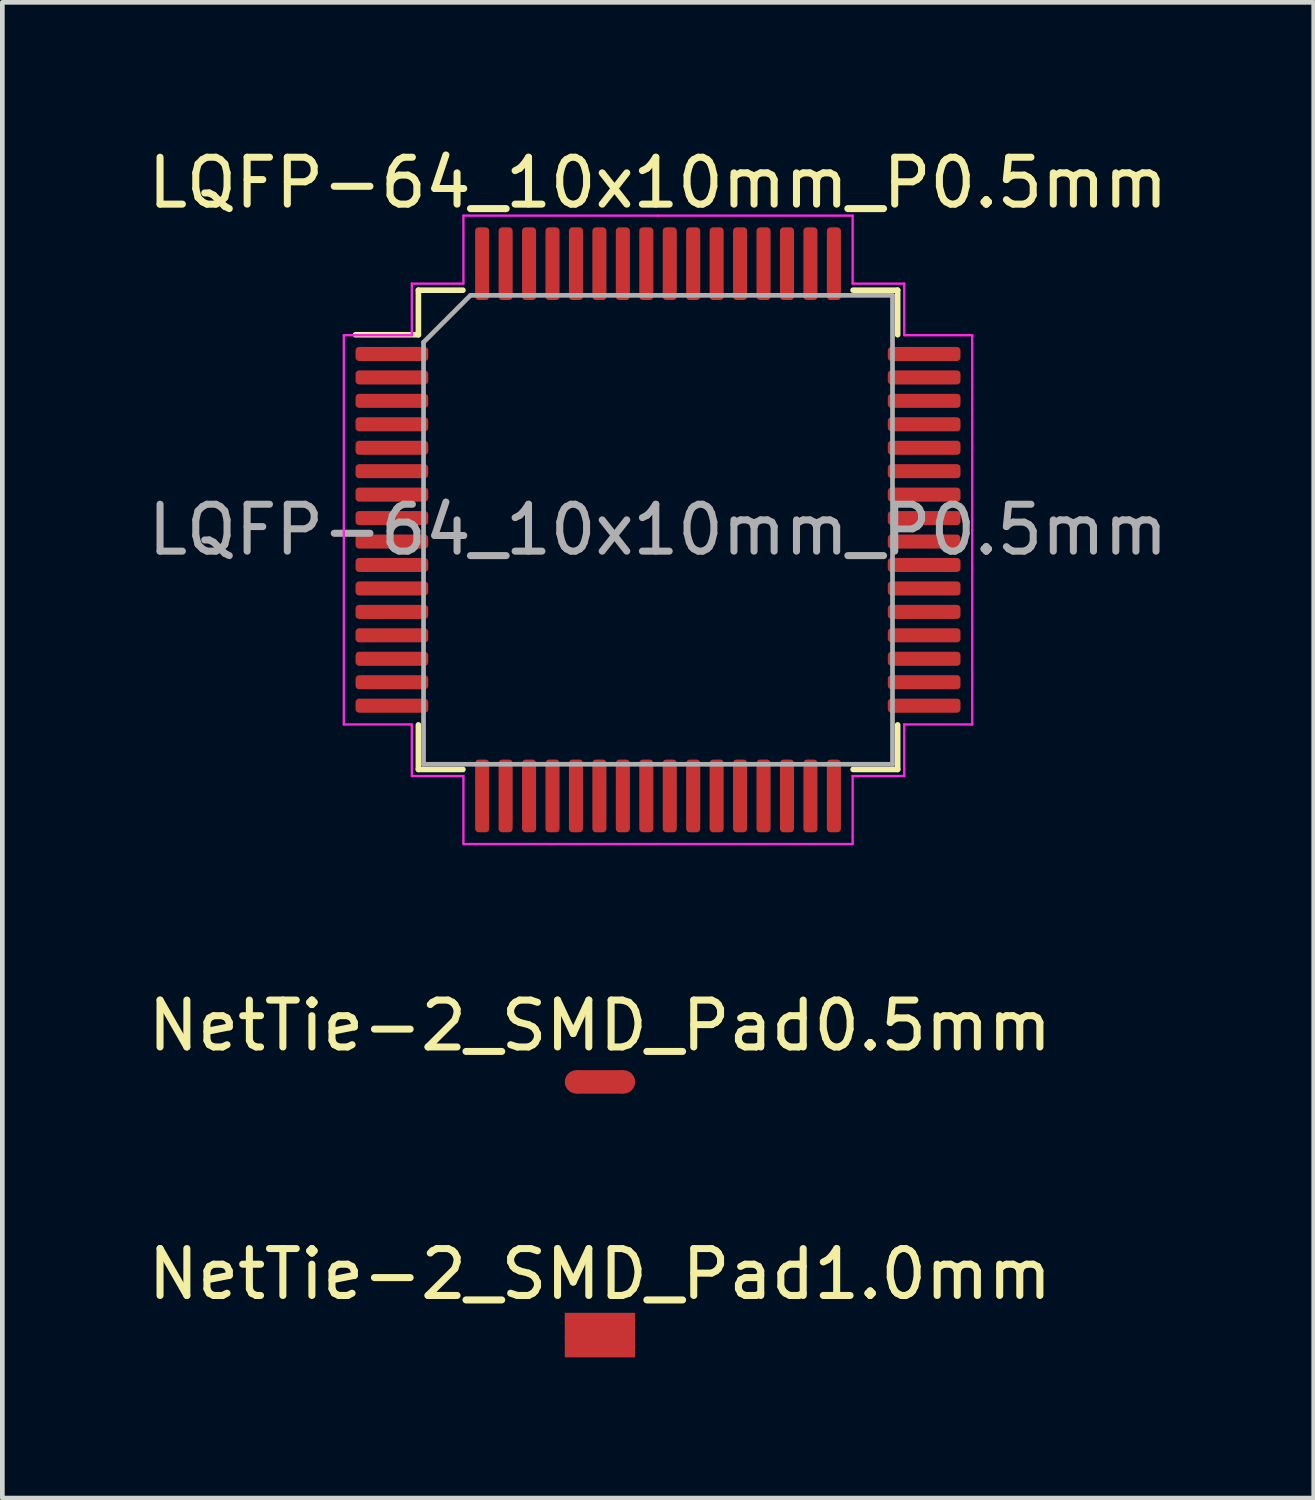
<source format=kicad_pcb>
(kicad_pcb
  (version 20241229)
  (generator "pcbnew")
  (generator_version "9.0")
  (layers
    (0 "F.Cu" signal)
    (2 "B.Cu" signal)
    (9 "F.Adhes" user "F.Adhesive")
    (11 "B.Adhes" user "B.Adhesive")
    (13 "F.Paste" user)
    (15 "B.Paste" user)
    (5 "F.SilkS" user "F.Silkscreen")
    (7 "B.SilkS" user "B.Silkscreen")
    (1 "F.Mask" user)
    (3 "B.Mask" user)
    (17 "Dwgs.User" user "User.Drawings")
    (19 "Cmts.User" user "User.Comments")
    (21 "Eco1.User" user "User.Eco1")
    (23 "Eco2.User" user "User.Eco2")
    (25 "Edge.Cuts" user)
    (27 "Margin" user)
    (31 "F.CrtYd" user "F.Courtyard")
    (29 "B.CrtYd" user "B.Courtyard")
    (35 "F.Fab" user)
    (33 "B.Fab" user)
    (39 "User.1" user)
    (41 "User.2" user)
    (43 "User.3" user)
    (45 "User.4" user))
  (footprint "LQFP-64_10x10mm_P0.5mm"
    (layer "F.Cu")
    (at 10.982 8.248)
    (property "Reference" "LQFP-64_10x10mm_P0.5mm" (at 0 -7.4 0) (layer "F.SilkS") (effects (font (size 1 1) (thickness 0.15))))
    (attr smd)
    (fp_line (start -5.11 -5.11) (end -5.11 -4.16) (stroke (width 0.12) (type solid)) (layer "F.SilkS"))
    (fp_line (start -5.11 -4.16) (end -6.45 -4.16) (stroke (width 0.12) (type solid)) (layer "F.SilkS"))
    (fp_line (start -5.11 5.11) (end -5.11 4.16) (stroke (width 0.12) (type solid)) (layer "F.SilkS"))
    (fp_line (start -4.16 -5.11) (end -5.11 -5.11) (stroke (width 0.12) (type solid)) (layer "F.SilkS"))
    (fp_line (start -4.16 5.11) (end -5.11 5.11) (stroke (width 0.12) (type solid)) (layer "F.SilkS"))
    (fp_line (start 4.16 -5.11) (end 5.11 -5.11) (stroke (width 0.12) (type solid)) (layer "F.SilkS"))
    (fp_line (start 4.16 5.11) (end 5.11 5.11) (stroke (width 0.12) (type solid)) (layer "F.SilkS"))
    (fp_line (start 5.11 -5.11) (end 5.11 -4.16) (stroke (width 0.12) (type solid)) (layer "F.SilkS"))
    (fp_line (start 5.11 5.11) (end 5.11 4.16) (stroke (width 0.12) (type solid)) (layer "F.SilkS"))
    (fp_line (start -6.7 -4.15) (end -6.7 0) (stroke (width 0.05) (type solid)) (layer "F.CrtYd"))
    (fp_line (start -6.7 4.15) (end -6.7 0) (stroke (width 0.05) (type solid)) (layer "F.CrtYd"))
    (fp_line (start -5.25 -5.25) (end -5.25 -4.15) (stroke (width 0.05) (type solid)) (layer "F.CrtYd"))
    (fp_line (start -5.25 -4.15) (end -6.7 -4.15) (stroke (width 0.05) (type solid)) (layer "F.CrtYd"))
    (fp_line (start -5.25 4.15) (end -6.7 4.15) (stroke (width 0.05) (type solid)) (layer "F.CrtYd"))
    (fp_line (start -5.25 5.25) (end -5.25 4.15) (stroke (width 0.05) (type solid)) (layer "F.CrtYd"))
    (fp_line (start -4.15 -6.7) (end -4.15 -5.25) (stroke (width 0.05) (type solid)) (layer "F.CrtYd"))
    (fp_line (start -4.15 -5.25) (end -5.25 -5.25) (stroke (width 0.05) (type solid)) (layer "F.CrtYd"))
    (fp_line (start -4.15 5.25) (end -5.25 5.25) (stroke (width 0.05) (type solid)) (layer "F.CrtYd"))
    (fp_line (start -4.15 6.7) (end -4.15 5.25) (stroke (width 0.05) (type solid)) (layer "F.CrtYd"))
    (fp_line (start 0 -6.7) (end -4.15 -6.7) (stroke (width 0.05) (type solid)) (layer "F.CrtYd"))
    (fp_line (start 0 -6.7) (end 4.15 -6.7) (stroke (width 0.05) (type solid)) (layer "F.CrtYd"))
    (fp_line (start 0 6.7) (end -4.15 6.7) (stroke (width 0.05) (type solid)) (layer "F.CrtYd"))
    (fp_line (start 0 6.7) (end 4.15 6.7) (stroke (width 0.05) (type solid)) (layer "F.CrtYd"))
    (fp_line (start 4.15 -6.7) (end 4.15 -5.25) (stroke (width 0.05) (type solid)) (layer "F.CrtYd"))
    (fp_line (start 4.15 -5.25) (end 5.25 -5.25) (stroke (width 0.05) (type solid)) (layer "F.CrtYd"))
    (fp_line (start 4.15 5.25) (end 5.25 5.25) (stroke (width 0.05) (type solid)) (layer "F.CrtYd"))
    (fp_line (start 4.15 6.7) (end 4.15 5.25) (stroke (width 0.05) (type solid)) (layer "F.CrtYd"))
    (fp_line (start 5.25 -5.25) (end 5.25 -4.15) (stroke (width 0.05) (type solid)) (layer "F.CrtYd"))
    (fp_line (start 5.25 -4.15) (end 6.7 -4.15) (stroke (width 0.05) (type solid)) (layer "F.CrtYd"))
    (fp_line (start 5.25 4.15) (end 6.7 4.15) (stroke (width 0.05) (type solid)) (layer "F.CrtYd"))
    (fp_line (start 5.25 5.25) (end 5.25 4.15) (stroke (width 0.05) (type solid)) (layer "F.CrtYd"))
    (fp_line (start 6.7 -4.15) (end 6.7 0) (stroke (width 0.05) (type solid)) (layer "F.CrtYd"))
    (fp_line (start 6.7 4.15) (end 6.7 0) (stroke (width 0.05) (type solid)) (layer "F.CrtYd"))
    (fp_line (start -5 -4) (end -4 -5) (stroke (width 0.1) (type solid)) (layer "F.Fab"))
    (fp_line (start -5 5) (end -5 -4) (stroke (width 0.1) (type solid)) (layer "F.Fab"))
    (fp_line (start -4 -5) (end 5 -5) (stroke (width 0.1) (type solid)) (layer "F.Fab"))
    (fp_line (start 5 -5) (end 5 5) (stroke (width 0.1) (type solid)) (layer "F.Fab"))
    (fp_line (start 5 5) (end -5 5) (stroke (width 0.1) (type solid)) (layer "F.Fab"))
    (fp_text user "${REFERENCE}" (at 0 0 0) (layer "F.Fab") (effects (font (size 1 1) (thickness 0.15))))
    (pad "1" smd roundrect (at -5.675 -3.75) (size 1.55 0.3) (layers "F.Cu" "F.Mask" "F.Paste") (roundrect_rratio 0.25))
    (pad "2" smd roundrect (at -5.675 -3.25) (size 1.55 0.3) (layers "F.Cu" "F.Mask" "F.Paste") (roundrect_rratio 0.25))
    (pad "3" smd roundrect (at -5.675 -2.75) (size 1.55 0.3) (layers "F.Cu" "F.Mask" "F.Paste") (roundrect_rratio 0.25))
    (pad "4" smd roundrect (at -5.675 -2.25) (size 1.55 0.3) (layers "F.Cu" "F.Mask" "F.Paste") (roundrect_rratio 0.25))
    (pad "5" smd roundrect (at -5.675 -1.75) (size 1.55 0.3) (layers "F.Cu" "F.Mask" "F.Paste") (roundrect_rratio 0.25))
    (pad "6" smd roundrect (at -5.675 -1.25) (size 1.55 0.3) (layers "F.Cu" "F.Mask" "F.Paste") (roundrect_rratio 0.25))
    (pad "7" smd roundrect (at -5.675 -0.75) (size 1.55 0.3) (layers "F.Cu" "F.Mask" "F.Paste") (roundrect_rratio 0.25))
    (pad "8" smd roundrect (at -5.675 -0.25) (size 1.55 0.3) (layers "F.Cu" "F.Mask" "F.Paste") (roundrect_rratio 0.25))
    (pad "9" smd roundrect (at -5.675 0.25) (size 1.55 0.3) (layers "F.Cu" "F.Mask" "F.Paste") (roundrect_rratio 0.25))
    (pad "10" smd roundrect (at -5.675 0.75) (size 1.55 0.3) (layers "F.Cu" "F.Mask" "F.Paste") (roundrect_rratio 0.25))
    (pad "11" smd roundrect (at -5.675 1.25) (size 1.55 0.3) (layers "F.Cu" "F.Mask" "F.Paste") (roundrect_rratio 0.25))
    (pad "12" smd roundrect (at -5.675 1.75) (size 1.55 0.3) (layers "F.Cu" "F.Mask" "F.Paste") (roundrect_rratio 0.25))
    (pad "13" smd roundrect (at -5.675 2.25) (size 1.55 0.3) (layers "F.Cu" "F.Mask" "F.Paste") (roundrect_rratio 0.25))
    (pad "14" smd roundrect (at -5.675 2.75) (size 1.55 0.3) (layers "F.Cu" "F.Mask" "F.Paste") (roundrect_rratio 0.25))
    (pad "15" smd roundrect (at -5.675 3.25) (size 1.55 0.3) (layers "F.Cu" "F.Mask" "F.Paste") (roundrect_rratio 0.25))
    (pad "16" smd roundrect (at -5.675 3.75) (size 1.55 0.3) (layers "F.Cu" "F.Mask" "F.Paste") (roundrect_rratio 0.25))
    (pad "17" smd roundrect (at -3.75 5.675) (size 0.3 1.55) (layers "F.Cu" "F.Mask" "F.Paste") (roundrect_rratio 0.25))
    (pad "18" smd roundrect (at -3.25 5.675) (size 0.3 1.55) (layers "F.Cu" "F.Mask" "F.Paste") (roundrect_rratio 0.25))
    (pad "19" smd roundrect (at -2.75 5.675) (size 0.3 1.55) (layers "F.Cu" "F.Mask" "F.Paste") (roundrect_rratio 0.25))
    (pad "20" smd roundrect (at -2.25 5.675) (size 0.3 1.55) (layers "F.Cu" "F.Mask" "F.Paste") (roundrect_rratio 0.25))
    (pad "21" smd roundrect (at -1.75 5.675) (size 0.3 1.55) (layers "F.Cu" "F.Mask" "F.Paste") (roundrect_rratio 0.25))
    (pad "22" smd roundrect (at -1.25 5.675) (size 0.3 1.55) (layers "F.Cu" "F.Mask" "F.Paste") (roundrect_rratio 0.25))
    (pad "23" smd roundrect (at -0.75 5.675) (size 0.3 1.55) (layers "F.Cu" "F.Mask" "F.Paste") (roundrect_rratio 0.25))
    (pad "24" smd roundrect (at -0.25 5.675) (size 0.3 1.55) (layers "F.Cu" "F.Mask" "F.Paste") (roundrect_rratio 0.25))
    (pad "25" smd roundrect (at 0.25 5.675) (size 0.3 1.55) (layers "F.Cu" "F.Mask" "F.Paste") (roundrect_rratio 0.25))
    (pad "26" smd roundrect (at 0.75 5.675) (size 0.3 1.55) (layers "F.Cu" "F.Mask" "F.Paste") (roundrect_rratio 0.25))
    (pad "27" smd roundrect (at 1.25 5.675) (size 0.3 1.55) (layers "F.Cu" "F.Mask" "F.Paste") (roundrect_rratio 0.25))
    (pad "28" smd roundrect (at 1.75 5.675) (size 0.3 1.55) (layers "F.Cu" "F.Mask" "F.Paste") (roundrect_rratio 0.25))
    (pad "29" smd roundrect (at 2.25 5.675) (size 0.3 1.55) (layers "F.Cu" "F.Mask" "F.Paste") (roundrect_rratio 0.25))
    (pad "30" smd roundrect (at 2.75 5.675) (size 0.3 1.55) (layers "F.Cu" "F.Mask" "F.Paste") (roundrect_rratio 0.25))
    (pad "31" smd roundrect (at 3.25 5.675) (size 0.3 1.55) (layers "F.Cu" "F.Mask" "F.Paste") (roundrect_rratio 0.25))
    (pad "32" smd roundrect (at 3.75 5.675) (size 0.3 1.55) (layers "F.Cu" "F.Mask" "F.Paste") (roundrect_rratio 0.25))
    (pad "33" smd roundrect (at 5.675 3.75) (size 1.55 0.3) (layers "F.Cu" "F.Mask" "F.Paste") (roundrect_rratio 0.25))
    (pad "34" smd roundrect (at 5.675 3.25) (size 1.55 0.3) (layers "F.Cu" "F.Mask" "F.Paste") (roundrect_rratio 0.25))
    (pad "35" smd roundrect (at 5.675 2.75) (size 1.55 0.3) (layers "F.Cu" "F.Mask" "F.Paste") (roundrect_rratio 0.25))
    (pad "36" smd roundrect (at 5.675 2.25) (size 1.55 0.3) (layers "F.Cu" "F.Mask" "F.Paste") (roundrect_rratio 0.25))
    (pad "37" smd roundrect (at 5.675 1.75) (size 1.55 0.3) (layers "F.Cu" "F.Mask" "F.Paste") (roundrect_rratio 0.25))
    (pad "38" smd roundrect (at 5.675 1.25) (size 1.55 0.3) (layers "F.Cu" "F.Mask" "F.Paste") (roundrect_rratio 0.25))
    (pad "39" smd roundrect (at 5.675 0.75) (size 1.55 0.3) (layers "F.Cu" "F.Mask" "F.Paste") (roundrect_rratio 0.25))
    (pad "40" smd roundrect (at 5.675 0.25) (size 1.55 0.3) (layers "F.Cu" "F.Mask" "F.Paste") (roundrect_rratio 0.25))
    (pad "41" smd roundrect (at 5.675 -0.25) (size 1.55 0.3) (layers "F.Cu" "F.Mask" "F.Paste") (roundrect_rratio 0.25))
    (pad "42" smd roundrect (at 5.675 -0.75) (size 1.55 0.3) (layers "F.Cu" "F.Mask" "F.Paste") (roundrect_rratio 0.25))
    (pad "43" smd roundrect (at 5.675 -1.25) (size 1.55 0.3) (layers "F.Cu" "F.Mask" "F.Paste") (roundrect_rratio 0.25))
    (pad "44" smd roundrect (at 5.675 -1.75) (size 1.55 0.3) (layers "F.Cu" "F.Mask" "F.Paste") (roundrect_rratio 0.25))
    (pad "45" smd roundrect (at 5.675 -2.25) (size 1.55 0.3) (layers "F.Cu" "F.Mask" "F.Paste") (roundrect_rratio 0.25))
    (pad "46" smd roundrect (at 5.675 -2.75) (size 1.55 0.3) (layers "F.Cu" "F.Mask" "F.Paste") (roundrect_rratio 0.25))
    (pad "47" smd roundrect (at 5.675 -3.25) (size 1.55 0.3) (layers "F.Cu" "F.Mask" "F.Paste") (roundrect_rratio 0.25))
    (pad "48" smd roundrect (at 5.675 -3.75) (size 1.55 0.3) (layers "F.Cu" "F.Mask" "F.Paste") (roundrect_rratio 0.25))
    (pad "49" smd roundrect (at 3.75 -5.675) (size 0.3 1.55) (layers "F.Cu" "F.Mask" "F.Paste") (roundrect_rratio 0.25))
    (pad "50" smd roundrect (at 3.25 -5.675) (size 0.3 1.55) (layers "F.Cu" "F.Mask" "F.Paste") (roundrect_rratio 0.25))
    (pad "51" smd roundrect (at 2.75 -5.675) (size 0.3 1.55) (layers "F.Cu" "F.Mask" "F.Paste") (roundrect_rratio 0.25))
    (pad "52" smd roundrect (at 2.25 -5.675) (size 0.3 1.55) (layers "F.Cu" "F.Mask" "F.Paste") (roundrect_rratio 0.25))
    (pad "53" smd roundrect (at 1.75 -5.675) (size 0.3 1.55) (layers "F.Cu" "F.Mask" "F.Paste") (roundrect_rratio 0.25))
    (pad "54" smd roundrect (at 1.25 -5.675) (size 0.3 1.55) (layers "F.Cu" "F.Mask" "F.Paste") (roundrect_rratio 0.25))
    (pad "55" smd roundrect (at 0.75 -5.675) (size 0.3 1.55) (layers "F.Cu" "F.Mask" "F.Paste") (roundrect_rratio 0.25))
    (pad "56" smd roundrect (at 0.25 -5.675) (size 0.3 1.55) (layers "F.Cu" "F.Mask" "F.Paste") (roundrect_rratio 0.25))
    (pad "57" smd roundrect (at -0.25 -5.675) (size 0.3 1.55) (layers "F.Cu" "F.Mask" "F.Paste") (roundrect_rratio 0.25))
    (pad "58" smd roundrect (at -0.75 -5.675) (size 0.3 1.55) (layers "F.Cu" "F.Mask" "F.Paste") (roundrect_rratio 0.25))
    (pad "59" smd roundrect (at -1.25 -5.675) (size 0.3 1.55) (layers "F.Cu" "F.Mask" "F.Paste") (roundrect_rratio 0.25))
    (pad "60" smd roundrect (at -1.75 -5.675) (size 0.3 1.55) (layers "F.Cu" "F.Mask" "F.Paste") (roundrect_rratio 0.25))
    (pad "61" smd roundrect (at -2.25 -5.675) (size 0.3 1.55) (layers "F.Cu" "F.Mask" "F.Paste") (roundrect_rratio 0.25))
    (pad "62" smd roundrect (at -2.75 -5.675) (size 0.3 1.55) (layers "F.Cu" "F.Mask" "F.Paste") (roundrect_rratio 0.25))
    (pad "63" smd roundrect (at -3.25 -5.675) (size 0.3 1.55) (layers "F.Cu" "F.Mask" "F.Paste") (roundrect_rratio 0.25))
    (pad "64" smd roundrect (at -3.75 -5.675) (size 0.3 1.55) (layers "F.Cu" "F.Mask" "F.Paste") (roundrect_rratio 0.25)))
  (footprint "NetTie-2_SMD_Pad1.0mm"
    (layer "F.Cu")
    (at 9.744 25.47)
    (property "Reference" "NetTie-2_SMD_Pad1.0mm" (at 0 -1.35 0) (layer "F.SilkS") (effects (font (size 1 1) (thickness 0.15))))
    (attr exclude_from_pos_files exclude_from_bom)
    (fp_poly (pts (xy -0.75 -0.525) (xy 0.75 -0.525) (xy 0.75 0.425) (xy -0.75 0.425)) (stroke (width 0) (type solid)) (fill yes) (layer "F.Cu"))
    (pad "1" smd circle (at -0.5 0) (size 0.5 0.5) (layers "F.Cu"))
    (pad "2" smd circle (at 0.5 0) (size 0.5 0.5) (layers "F.Cu")))
  (footprint "NetTie-2_SMD_Pad0.5mm"
    (layer "F.Cu")
    (at 9.744 20.021)
    (property "Reference" "NetTie-2_SMD_Pad0.5mm" (at 0 -1.2 0) (layer "F.SilkS") (effects (font (size 1 1) (thickness 0.15))))
    (attr exclude_from_pos_files exclude_from_bom)
    (fp_poly (pts (xy -0.5 -0.25) (xy 0.5 -0.25) (xy 0.5 0.25) (xy -0.5 0.25)) (stroke (width 0) (type solid)) (fill yes) (layer "F.Cu"))
    (pad "1" smd circle (at -0.5 0) (size 0.5 0.5) (layers "F.Cu"))
    (pad "2" smd circle (at 0.5 0) (size 0.5 0.5) (layers "F.Cu")))
  (gr_rect
    (start -3 -3)
    (end 24.964 28.895)
    (stroke (width 0.1) (type default))
    (fill no)
    (layer "Edge.Cuts")))
</source>
